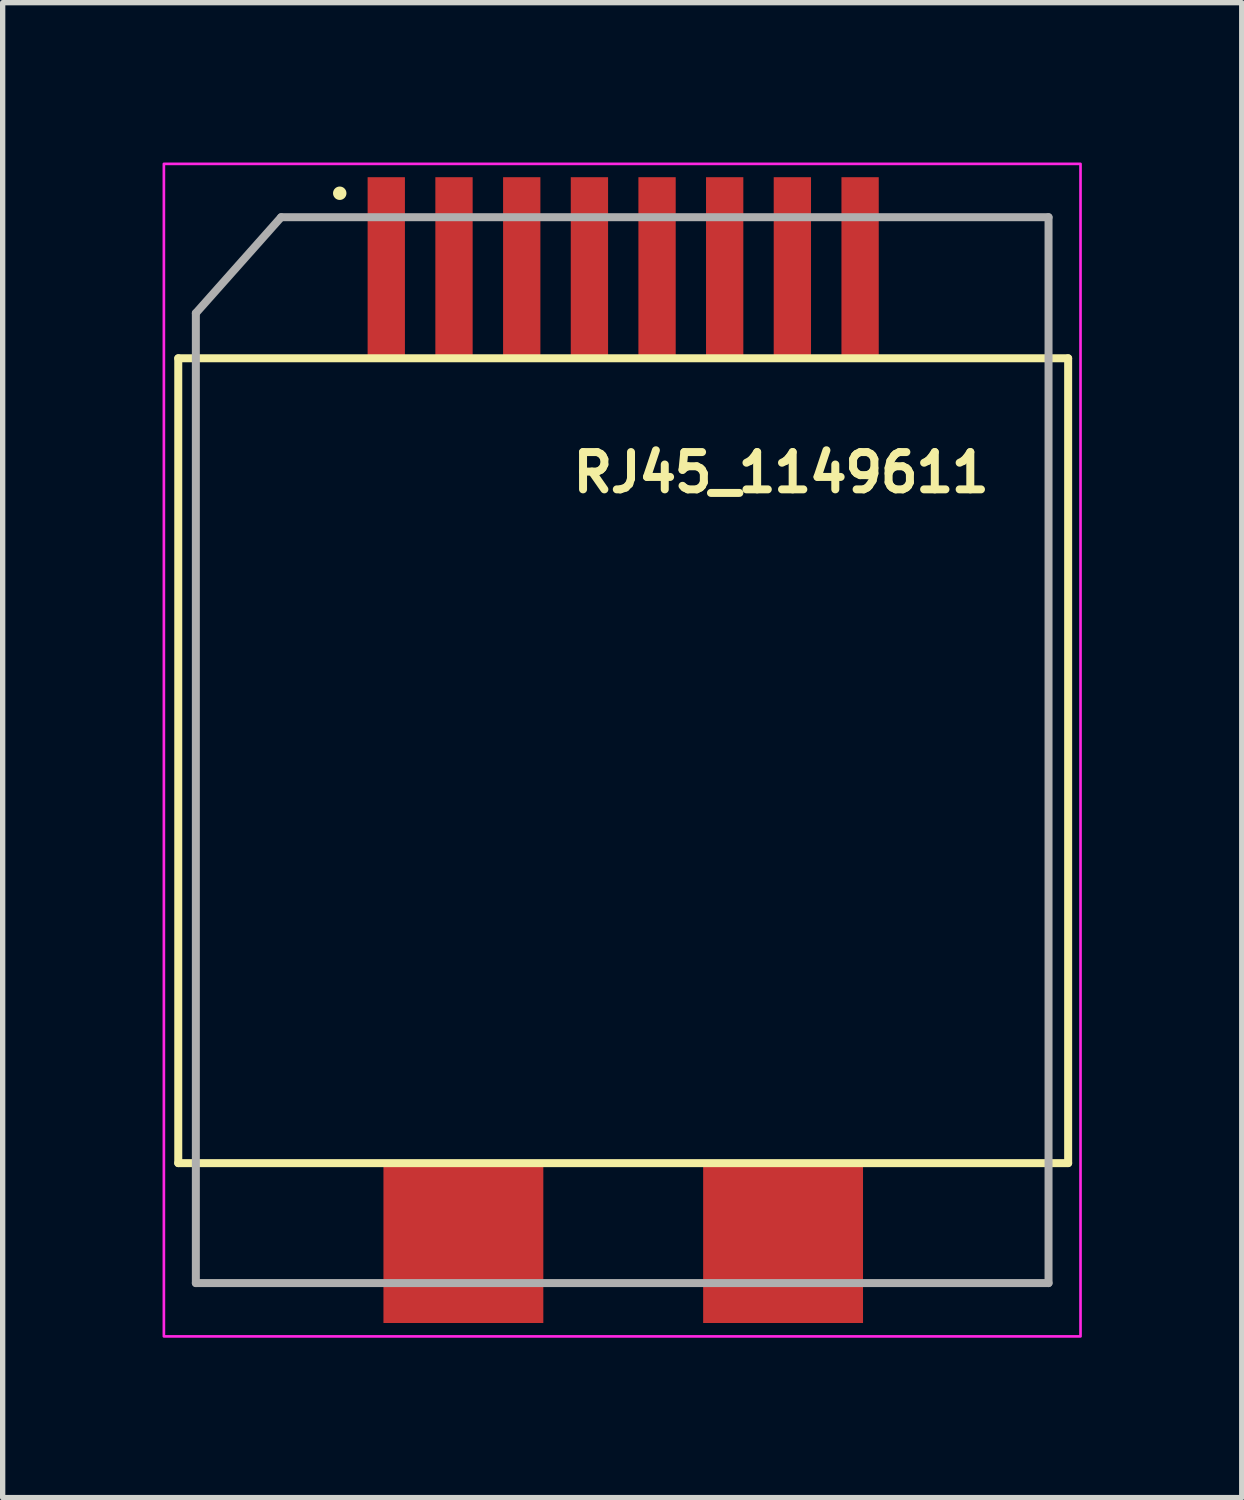
<source format=kicad_pcb>
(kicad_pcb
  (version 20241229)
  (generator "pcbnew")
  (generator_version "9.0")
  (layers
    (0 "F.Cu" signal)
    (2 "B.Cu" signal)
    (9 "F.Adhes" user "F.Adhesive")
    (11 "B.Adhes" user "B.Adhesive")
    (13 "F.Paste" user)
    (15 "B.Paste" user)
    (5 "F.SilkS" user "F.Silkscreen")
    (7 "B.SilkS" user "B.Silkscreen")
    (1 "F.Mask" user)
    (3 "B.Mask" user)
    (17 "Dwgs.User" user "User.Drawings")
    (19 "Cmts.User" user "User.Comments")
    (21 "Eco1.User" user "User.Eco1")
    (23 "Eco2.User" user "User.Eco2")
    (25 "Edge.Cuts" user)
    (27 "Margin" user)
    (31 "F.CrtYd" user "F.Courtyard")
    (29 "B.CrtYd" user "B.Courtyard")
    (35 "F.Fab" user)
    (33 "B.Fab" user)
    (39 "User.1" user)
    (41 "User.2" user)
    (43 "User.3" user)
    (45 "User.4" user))
  (footprint "RJ45_1149611"
    (layer "F.Cu")
    (at 8.625 11.026)
    (property "Reference" "RJ45_1149611" (at -1 -4.8 0) (unlocked yes) (layer "F.SilkS") (effects (font (size 0.7 0.7) (thickness 0.15)) (justify left bottom)))
    (attr smd)
    (fp_line (start -8.33 -7.353) (end -8.33 7.749) (stroke (width 0.15) (type solid)) (layer "F.SilkS"))
    (fp_line (start -8.33 -7.353) (end 8.368 -7.353) (stroke (width 0.15) (type solid)) (layer "F.SilkS"))
    (fp_line (start -8.33 7.749) (end 8.368 7.749) (stroke (width 0.15) (type solid)) (layer "F.SilkS"))
    (fp_line (start 8.368 -7.353) (end 8.368 7.749) (stroke (width 0.15) (type solid)) (layer "F.SilkS"))
    (fp_circle (center -5.3 -10.45) (end -5.249 -10.45) (stroke (width 0.15) (type solid)) (fill yes) (layer "F.SilkS"))
    (fp_rect (start -8.6 -11.001) (end 8.6 11) (stroke (width 0.05) (type solid)) (fill no) (layer "F.CrtYd"))
    (fp_line (start -8 -8.2) (end -8 10) (stroke (width 0.15) (type solid)) (layer "F.Fab"))
    (fp_line (start -8 10) (end 8 10) (stroke (width 0.15) (type solid)) (layer "F.Fab"))
    (fp_line (start -6.4 -10) (end -8 -8.2) (stroke (width 0.15) (type solid)) (layer "F.Fab"))
    (fp_line (start 8 -10) (end -6.4 -10) (stroke (width 0.15) (type solid)) (layer "F.Fab"))
    (fp_line (start 8 10) (end 8 -10) (stroke (width 0.15) (type solid)) (layer "F.Fab"))
    (fp_rect (start -8.051 -10.051) (end 8.05 10.05) (stroke (width 0.1) (type solid)) (fill no) (layer "User.5"))
    (fp_line (start -8.051 -6.752) (end -8.051 7.15) (stroke (width 0.02) (type solid)) (layer "User.9"))
    (fp_line (start -8.051 -6.752) (end -7.75 -6.752) (stroke (width 0.02) (type solid)) (layer "User.9"))
    (fp_line (start -8.051 7.15) (end -7.75 7.15) (stroke (width 0.02) (type solid)) (layer "User.9"))
    (fp_line (start -7.75 -7.052) (end -7.75 -6.752) (stroke (width 0.02) (type solid)) (layer "User.9"))
    (fp_line (start -7.75 7.448) (end -7.75 7.15) (stroke (width 0.02) (type solid)) (layer "User.9"))
    (fp_line (start -6.755 -1.486) (end -6.255 -1.486) (stroke (width 0.02) (type solid)) (layer "User.9"))
    (fp_line (start -6.755 -0.986) (end -6.755 -1.486) (stroke (width 0.02) (type solid)) (layer "User.9"))
    (fp_line (start -6.755 1.513) (end -6.755 1.013) (stroke (width 0.02) (type solid)) (layer "User.9"))
    (fp_line (start -6.255 -3.701) (end 6.254 -3.701) (stroke (width 0.02) (type solid)) (layer "User.9"))
    (fp_line (start -6.255 -1.486) (end -6.255 -3.701) (stroke (width 0.02) (type solid)) (layer "User.9"))
    (fp_line (start -6.255 1.513) (end -6.755 1.513) (stroke (width 0.02) (type solid)) (layer "User.9"))
    (fp_line (start -6.255 3.729) (end -6.255 1.513) (stroke (width 0.02) (type solid)) (layer "User.9"))
    (fp_line (start -5.955 -3.402) (end 5.953 -3.402) (stroke (width 0.02) (type solid)) (layer "User.9"))
    (fp_line (start -5.955 -0.986) (end -5.955 -3.402) (stroke (width 0.02) (type solid)) (layer "User.9"))
    (fp_line (start -5.955 3.429) (end -5.955 1.013) (stroke (width 0.02) (type solid)) (layer "User.9"))
    (fp_line (start -5.555 -0.986) (end -6.755 -0.986) (stroke (width 0.02) (type solid)) (layer "User.9"))
    (fp_line (start -5.555 -0.986) (end -5.217 -0.986) (stroke (width 0.02) (type solid)) (layer "User.9"))
    (fp_line (start -5.555 1.013) (end -6.755 1.013) (stroke (width 0.02) (type solid)) (layer "User.9"))
    (fp_line (start -5.555 1.013) (end -5.217 1.013) (stroke (width 0.02) (type solid)) (layer "User.9"))
    (fp_line (start -5.217 -0.986) (end -5.217 -0.986) (stroke (width 0.02) (type solid)) (layer "User.9"))
    (fp_line (start -5.217 -0.986) (end -5.055 -0.986) (stroke (width 0.02) (type solid)) (layer "User.9"))
    (fp_line (start -5.217 1.013) (end -5.217 1.013) (stroke (width 0.02) (type solid)) (layer "User.9"))
    (fp_line (start -5.217 1.013) (end -5.055 1.013) (stroke (width 0.02) (type solid)) (layer "User.9"))
    (fp_line (start -5.055 -0.986) (end -4.816 -0.986) (stroke (width 0.02) (type solid)) (layer "User.9"))
    (fp_line (start -5.055 1.013) (end -4.816 1.013) (stroke (width 0.02) (type solid)) (layer "User.9"))
    (fp_line (start -4.816 -0.986) (end -4.803 -0.986) (stroke (width 0.02) (type solid)) (layer "User.9"))
    (fp_line (start -4.816 1.013) (end -4.803 1.013) (stroke (width 0.02) (type solid)) (layer "User.9"))
    (fp_line (start -4.803 1.013) (end -4.803 -0.986) (stroke (width 0.02) (type solid)) (layer "User.9"))
    (fp_line (start -4.675 -7.052) (end -4.675 -10.051) (stroke (width 0.02) (type solid)) (layer "User.9"))
    (fp_line (start -4.215 -10.051) (end -4.675 -10.051) (stroke (width 0.02) (type solid)) (layer "User.9"))
    (fp_line (start -4.215 -10.051) (end -4.215 -7.052) (stroke (width 0.02) (type solid)) (layer "User.9"))
    (fp_line (start -4 9.65) (end -4 7.448) (stroke (width 0.02) (type solid)) (layer "User.9"))
    (fp_line (start -4 9.65) (end -4 9.669) (stroke (width 0.02) (type solid)) (layer "User.9"))
    (fp_line (start -4 9.669) (end -3.999 9.689) (stroke (width 0.02) (type solid)) (layer "User.9"))
    (fp_line (start -3.999 9.689) (end -3.996 9.71) (stroke (width 0.02) (type solid)) (layer "User.9"))
    (fp_line (start -3.996 9.71) (end -3.992 9.73) (stroke (width 0.02) (type solid)) (layer "User.9"))
    (fp_line (start -3.992 9.73) (end -3.988 9.749) (stroke (width 0.02) (type solid)) (layer "User.9"))
    (fp_line (start -3.988 9.749) (end -3.984 9.768) (stroke (width 0.02) (type solid)) (layer "User.9"))
    (fp_line (start -3.984 9.768) (end -3.976 9.787) (stroke (width 0.02) (type solid)) (layer "User.9"))
    (fp_line (start -3.976 9.787) (end -3.969 9.804) (stroke (width 0.02) (type solid)) (layer "User.9"))
    (fp_line (start -3.969 9.804) (end -3.962 9.823) (stroke (width 0.02) (type solid)) (layer "User.9"))
    (fp_line (start -3.962 9.823) (end -3.952 9.839) (stroke (width 0.02) (type solid)) (layer "User.9"))
    (fp_line (start -3.952 9.839) (end -3.943 9.856) (stroke (width 0.02) (type solid)) (layer "User.9"))
    (fp_line (start -3.943 9.856) (end -3.932 9.872) (stroke (width 0.02) (type solid)) (layer "User.9"))
    (fp_line (start -3.932 9.872) (end -3.922 9.888) (stroke (width 0.02) (type solid)) (layer "User.9"))
    (fp_line (start -3.922 9.888) (end -3.91 9.903) (stroke (width 0.02) (type solid)) (layer "User.9"))
    (fp_line (start -3.91 9.903) (end -3.898 9.918) (stroke (width 0.02) (type solid)) (layer "User.9"))
    (fp_line (start -3.898 9.918) (end -3.883 9.932) (stroke (width 0.02) (type solid)) (layer "User.9"))
    (fp_line (start -3.883 9.932) (end -3.87 9.945) (stroke (width 0.02) (type solid)) (layer "User.9"))
    (fp_line (start -3.87 9.945) (end -3.855 9.957) (stroke (width 0.02) (type solid)) (layer "User.9"))
    (fp_line (start -3.855 9.957) (end -3.84 9.97) (stroke (width 0.02) (type solid)) (layer "User.9"))
    (fp_line (start -3.84 9.97) (end -3.825 9.98) (stroke (width 0.02) (type solid)) (layer "User.9"))
    (fp_line (start -3.825 9.98) (end -3.809 9.992) (stroke (width 0.02) (type solid)) (layer "User.9"))
    (fp_line (start -3.809 9.992) (end -3.791 10) (stroke (width 0.02) (type solid)) (layer "User.9"))
    (fp_line (start -3.801 -3.329) (end -3.801 -3.402) (stroke (width 0.02) (type solid)) (layer "User.9"))
    (fp_line (start -3.801 -1.178) (end -3.801 -3.329) (stroke (width 0.02) (type solid)) (layer "User.9"))
    (fp_line (start -3.791 10) (end -3.774 10.009) (stroke (width 0.02) (type solid)) (layer "User.9"))
    (fp_line (start -3.774 10.009) (end -3.757 10.018) (stroke (width 0.02) (type solid)) (layer "User.9"))
    (fp_line (start -3.757 10.018) (end -3.738 10.025) (stroke (width 0.02) (type solid)) (layer "User.9"))
    (fp_line (start -3.738 10.025) (end -3.719 10.031) (stroke (width 0.02) (type solid)) (layer "User.9"))
    (fp_line (start -3.719 10.031) (end -3.701 10.037) (stroke (width 0.02) (type solid)) (layer "User.9"))
    (fp_line (start -3.701 10.037) (end -3.681 10.041) (stroke (width 0.02) (type solid)) (layer "User.9"))
    (fp_line (start -3.681 10.041) (end -3.661 10.044) (stroke (width 0.02) (type solid)) (layer "User.9"))
    (fp_line (start -3.661 10.044) (end -3.641 10.047) (stroke (width 0.02) (type solid)) (layer "User.9"))
    (fp_line (start -3.641 10.047) (end -3.621 10.048) (stroke (width 0.02) (type solid)) (layer "User.9"))
    (fp_line (start -3.621 10.048) (end -3.601 10.05) (stroke (width 0.02) (type solid)) (layer "User.9"))
    (fp_line (start -3.451 3.729) (end -6.255 3.729) (stroke (width 0.02) (type solid)) (layer "User.9"))
    (fp_line (start -3.451 5.419) (end -3.451 3.729) (stroke (width 0.02) (type solid)) (layer "User.9"))
    (fp_line (start -3.406 -7.052) (end -3.406 -10.051) (stroke (width 0.02) (type solid)) (layer "User.9"))
    (fp_line (start -3.34 -3.329) (end -3.34 -3.402) (stroke (width 0.02) (type solid)) (layer "User.9"))
    (fp_line (start -3.34 -1.178) (end -3.801 -1.178) (stroke (width 0.02) (type solid)) (layer "User.9"))
    (fp_line (start -3.34 -1.178) (end -3.34 -3.329) (stroke (width 0.02) (type solid)) (layer "User.9"))
    (fp_line (start -3.15 0.199) (end 3.149 0.199) (stroke (width 0.02) (type solid)) (layer "User.9"))
    (fp_line (start -3.15 2.128) (end -5.955 2.128) (stroke (width 0.02) (type solid)) (layer "User.9"))
    (fp_line (start -3.15 2.128) (end -3.15 0.199) (stroke (width 0.02) (type solid)) (layer "User.9"))
    (fp_line (start -3.15 3.429) (end -5.955 3.429) (stroke (width 0.02) (type solid)) (layer "User.9"))
    (fp_line (start -3.15 3.429) (end -3.15 2.128) (stroke (width 0.02) (type solid)) (layer "User.9"))
    (fp_line (start -3.15 5.068) (end 3.149 5.068) (stroke (width 0.02) (type solid)) (layer "User.9"))
    (fp_line (start -3.15 5.118) (end -3.15 3.429) (stroke (width 0.02) (type solid)) (layer "User.9"))
    (fp_line (start -2.945 -10.051) (end -3.406 -10.051) (stroke (width 0.02) (type solid)) (layer "User.9"))
    (fp_line (start -2.945 -10.051) (end -2.945 -7.052) (stroke (width 0.02) (type solid)) (layer "User.9"))
    (fp_line (start -2.801 8.229) (end -2.798 8.208) (stroke (width 0.02) (type solid)) (layer "User.9"))
    (fp_line (start -2.801 8.249) (end -2.801 8.229) (stroke (width 0.02) (type solid)) (layer "User.9"))
    (fp_line (start -2.801 8.249) (end -2.801 8.948) (stroke (width 0.02) (type solid)) (layer "User.9"))
    (fp_line (start -2.801 8.97) (end -2.801 8.948) (stroke (width 0.02) (type solid)) (layer "User.9"))
    (fp_line (start -2.798 8.208) (end -2.797 8.188) (stroke (width 0.02) (type solid)) (layer "User.9"))
    (fp_line (start -2.798 8.99) (end -2.801 8.97) (stroke (width 0.02) (type solid)) (layer "User.9"))
    (fp_line (start -2.797 8.188) (end -2.793 8.169) (stroke (width 0.02) (type solid)) (layer "User.9"))
    (fp_line (start -2.797 9.009) (end -2.798 8.99) (stroke (width 0.02) (type solid)) (layer "User.9"))
    (fp_line (start -2.793 8.169) (end -2.789 8.15) (stroke (width 0.02) (type solid)) (layer "User.9"))
    (fp_line (start -2.793 9.029) (end -2.797 9.009) (stroke (width 0.02) (type solid)) (layer "User.9"))
    (fp_line (start -2.789 8.15) (end -2.782 8.131) (stroke (width 0.02) (type solid)) (layer "User.9"))
    (fp_line (start -2.789 9.048) (end -2.793 9.029) (stroke (width 0.02) (type solid)) (layer "User.9"))
    (fp_line (start -2.782 8.131) (end -2.777 8.111) (stroke (width 0.02) (type solid)) (layer "User.9"))
    (fp_line (start -2.782 9.067) (end -2.789 9.048) (stroke (width 0.02) (type solid)) (layer "User.9"))
    (fp_line (start -2.781 -3.329) (end -2.781 -3.402) (stroke (width 0.02) (type solid)) (layer "User.9"))
    (fp_line (start -2.781 -1.178) (end -2.781 -3.329) (stroke (width 0.02) (type solid)) (layer "User.9"))
    (fp_line (start -2.777 8.111) (end -2.77 8.093) (stroke (width 0.02) (type solid)) (layer "User.9"))
    (fp_line (start -2.777 9.086) (end -2.782 9.067) (stroke (width 0.02) (type solid)) (layer "User.9"))
    (fp_line (start -2.77 8.093) (end -2.762 8.076) (stroke (width 0.02) (type solid)) (layer "User.9"))
    (fp_line (start -2.77 9.105) (end -2.777 9.086) (stroke (width 0.02) (type solid)) (layer "User.9"))
    (fp_line (start -2.762 8.076) (end -2.753 8.059) (stroke (width 0.02) (type solid)) (layer "User.9"))
    (fp_line (start -2.762 9.122) (end -2.77 9.105) (stroke (width 0.02) (type solid)) (layer "User.9"))
    (fp_line (start -2.753 8.059) (end -2.743 8.041) (stroke (width 0.02) (type solid)) (layer "User.9"))
    (fp_line (start -2.753 9.14) (end -2.762 9.122) (stroke (width 0.02) (type solid)) (layer "User.9"))
    (fp_line (start -2.743 8.041) (end -2.733 8.025) (stroke (width 0.02) (type solid)) (layer "User.9"))
    (fp_line (start -2.743 9.156) (end -2.753 9.14) (stroke (width 0.02) (type solid)) (layer "User.9"))
    (fp_line (start -2.733 8.025) (end -2.722 8.009) (stroke (width 0.02) (type solid)) (layer "User.9"))
    (fp_line (start -2.733 9.172) (end -2.743 9.156) (stroke (width 0.02) (type solid)) (layer "User.9"))
    (fp_line (start -2.722 8.009) (end -2.71 7.994) (stroke (width 0.02) (type solid)) (layer "User.9"))
    (fp_line (start -2.722 9.188) (end -2.733 9.172) (stroke (width 0.02) (type solid)) (layer "User.9"))
    (fp_line (start -2.71 7.994) (end -2.698 7.98) (stroke (width 0.02) (type solid)) (layer "User.9"))
    (fp_line (start -2.71 9.204) (end -2.722 9.188) (stroke (width 0.02) (type solid)) (layer "User.9"))
    (fp_line (start -2.698 7.98) (end -2.684 7.967) (stroke (width 0.02) (type solid)) (layer "User.9"))
    (fp_line (start -2.698 9.217) (end -2.71 9.204) (stroke (width 0.02) (type solid)) (layer "User.9"))
    (fp_line (start -2.684 7.967) (end -2.669 7.953) (stroke (width 0.02) (type solid)) (layer "User.9"))
    (fp_line (start -2.684 9.231) (end -2.698 9.217) (stroke (width 0.02) (type solid)) (layer "User.9"))
    (fp_line (start -2.669 7.953) (end -2.656 7.94) (stroke (width 0.02) (type solid)) (layer "User.9"))
    (fp_line (start -2.669 9.245) (end -2.684 9.231) (stroke (width 0.02) (type solid)) (layer "User.9"))
    (fp_line (start -2.656 7.94) (end -2.641 7.929) (stroke (width 0.02) (type solid)) (layer "User.9"))
    (fp_line (start -2.656 9.258) (end -2.669 9.245) (stroke (width 0.02) (type solid)) (layer "User.9"))
    (fp_line (start -2.641 7.929) (end -2.625 7.917) (stroke (width 0.02) (type solid)) (layer "User.9"))
    (fp_line (start -2.641 9.269) (end -2.656 9.258) (stroke (width 0.02) (type solid)) (layer "User.9"))
    (fp_line (start -2.625 7.917) (end -2.609 7.908) (stroke (width 0.02) (type solid)) (layer "User.9"))
    (fp_line (start -2.625 9.281) (end -2.641 9.269) (stroke (width 0.02) (type solid)) (layer "User.9"))
    (fp_line (start -2.609 7.908) (end -2.592 7.898) (stroke (width 0.02) (type solid)) (layer "User.9"))
    (fp_line (start -2.609 9.291) (end -2.625 9.281) (stroke (width 0.02) (type solid)) (layer "User.9"))
    (fp_line (start -2.592 7.898) (end -2.574 7.889) (stroke (width 0.02) (type solid)) (layer "User.9"))
    (fp_line (start -2.592 9.3) (end -2.609 9.291) (stroke (width 0.02) (type solid)) (layer "User.9"))
    (fp_line (start -2.574 7.889) (end -2.556 7.881) (stroke (width 0.02) (type solid)) (layer "User.9"))
    (fp_line (start -2.574 9.31) (end -2.592 9.3) (stroke (width 0.02) (type solid)) (layer "User.9"))
    (fp_line (start -2.556 7.881) (end -2.539 7.874) (stroke (width 0.02) (type solid)) (layer "User.9"))
    (fp_line (start -2.556 9.317) (end -2.574 9.31) (stroke (width 0.02) (type solid)) (layer "User.9"))
    (fp_line (start -2.539 7.874) (end -2.52 7.868) (stroke (width 0.02) (type solid)) (layer "User.9"))
    (fp_line (start -2.539 9.325) (end -2.556 9.317) (stroke (width 0.02) (type solid)) (layer "User.9"))
    (fp_line (start -2.52 7.868) (end -2.5 7.861) (stroke (width 0.02) (type solid)) (layer "User.9"))
    (fp_line (start -2.52 9.33) (end -2.539 9.325) (stroke (width 0.02) (type solid)) (layer "User.9"))
    (fp_line (start -2.5 7.861) (end -2.481 7.858) (stroke (width 0.02) (type solid)) (layer "User.9"))
    (fp_line (start -2.5 9.336) (end -2.52 9.33) (stroke (width 0.02) (type solid)) (layer "User.9"))
    (fp_line (start -2.481 7.858) (end -2.461 7.853) (stroke (width 0.02) (type solid)) (layer "User.9"))
    (fp_line (start -2.481 9.341) (end -2.5 9.336) (stroke (width 0.02) (type solid)) (layer "User.9"))
    (fp_line (start -2.461 7.853) (end -2.441 7.852) (stroke (width 0.02) (type solid)) (layer "User.9"))
    (fp_line (start -2.461 9.345) (end -2.481 9.341) (stroke (width 0.02) (type solid)) (layer "User.9"))
    (fp_line (start -2.441 7.852) (end -2.422 7.85) (stroke (width 0.02) (type solid)) (layer "User.9"))
    (fp_line (start -2.441 9.346) (end -2.461 9.345) (stroke (width 0.02) (type solid)) (layer "User.9"))
    (fp_line (start -2.422 7.85) (end -2.4 7.85) (stroke (width 0.02) (type solid)) (layer "User.9"))
    (fp_line (start -2.422 9.349) (end -2.441 9.346) (stroke (width 0.02) (type solid)) (layer "User.9"))
    (fp_line (start -2.4 7.85) (end -2.4 7.85) (stroke (width 0.02) (type solid)) (layer "User.9"))
    (fp_line (start -2.4 7.85) (end -2.38 7.85) (stroke (width 0.02) (type solid)) (layer "User.9"))
    (fp_line (start -2.4 9.349) (end -2.422 9.349) (stroke (width 0.02) (type solid)) (layer "User.9"))
    (fp_line (start -2.4 9.349) (end -2.4 9.349) (stroke (width 0.02) (type solid)) (layer "User.9"))
    (fp_line (start -2.38 7.85) (end -2.36 7.852) (stroke (width 0.02) (type solid)) (layer "User.9"))
    (fp_line (start -2.38 9.349) (end -2.4 9.349) (stroke (width 0.02) (type solid)) (layer "User.9"))
    (fp_line (start -2.36 7.852) (end -2.34 7.853) (stroke (width 0.02) (type solid)) (layer "User.9"))
    (fp_line (start -2.36 9.346) (end -2.38 9.349) (stroke (width 0.02) (type solid)) (layer "User.9"))
    (fp_line (start -2.34 7.853) (end -2.32 7.858) (stroke (width 0.02) (type solid)) (layer "User.9"))
    (fp_line (start -2.34 9.345) (end -2.36 9.346) (stroke (width 0.02) (type solid)) (layer "User.9"))
    (fp_line (start -2.331 5.419) (end -3.451 5.419) (stroke (width 0.02) (type solid)) (layer "User.9"))
    (fp_line (start -2.331 7.198) (end 2.33 7.198) (stroke (width 0.02) (type solid)) (layer "User.9"))
    (fp_line (start -2.331 7.448) (end -7.75 7.448) (stroke (width 0.02) (type solid)) (layer "User.9"))
    (fp_line (start -2.331 7.448) (end -2.331 5.419) (stroke (width 0.02) (type solid)) (layer "User.9"))
    (fp_line (start -2.331 7.448) (end 2.33 7.448) (stroke (width 0.02) (type solid)) (layer "User.9"))
    (fp_line (start -2.32 -3.329) (end -2.32 -3.402) (stroke (width 0.02) (type solid)) (layer "User.9"))
    (fp_line (start -2.32 -1.178) (end -2.781 -1.178) (stroke (width 0.02) (type solid)) (layer "User.9"))
    (fp_line (start -2.32 -1.178) (end -2.32 -3.329) (stroke (width 0.02) (type solid)) (layer "User.9"))
    (fp_line (start -2.32 7.858) (end -2.302 7.861) (stroke (width 0.02) (type solid)) (layer "User.9"))
    (fp_line (start -2.32 9.341) (end -2.34 9.345) (stroke (width 0.02) (type solid)) (layer "User.9"))
    (fp_line (start -2.302 7.861) (end -2.282 7.868) (stroke (width 0.02) (type solid)) (layer "User.9"))
    (fp_line (start -2.302 9.336) (end -2.32 9.341) (stroke (width 0.02) (type solid)) (layer "User.9"))
    (fp_line (start -2.282 7.868) (end -2.263 7.874) (stroke (width 0.02) (type solid)) (layer "User.9"))
    (fp_line (start -2.282 9.33) (end -2.302 9.336) (stroke (width 0.02) (type solid)) (layer "User.9"))
    (fp_line (start -2.263 7.874) (end -2.246 7.881) (stroke (width 0.02) (type solid)) (layer "User.9"))
    (fp_line (start -2.263 9.325) (end -2.282 9.33) (stroke (width 0.02) (type solid)) (layer "User.9"))
    (fp_line (start -2.246 7.881) (end -2.227 7.889) (stroke (width 0.02) (type solid)) (layer "User.9"))
    (fp_line (start -2.246 9.317) (end -2.263 9.325) (stroke (width 0.02) (type solid)) (layer "User.9"))
    (fp_line (start -2.227 7.889) (end -2.21 7.898) (stroke (width 0.02) (type solid)) (layer "User.9"))
    (fp_line (start -2.227 9.31) (end -2.246 9.317) (stroke (width 0.02) (type solid)) (layer "User.9"))
    (fp_line (start -2.21 7.898) (end -2.194 7.908) (stroke (width 0.02) (type solid)) (layer "User.9"))
    (fp_line (start -2.21 9.3) (end -2.227 9.31) (stroke (width 0.02) (type solid)) (layer "User.9"))
    (fp_line (start -2.194 7.908) (end -2.178 7.917) (stroke (width 0.02) (type solid)) (layer "User.9"))
    (fp_line (start -2.194 9.291) (end -2.21 9.3) (stroke (width 0.02) (type solid)) (layer "User.9"))
    (fp_line (start -2.178 7.917) (end -2.161 7.929) (stroke (width 0.02) (type solid)) (layer "User.9"))
    (fp_line (start -2.178 9.281) (end -2.194 9.291) (stroke (width 0.02) (type solid)) (layer "User.9"))
    (fp_line (start -2.161 7.929) (end -2.146 7.94) (stroke (width 0.02) (type solid)) (layer "User.9"))
    (fp_line (start -2.161 9.269) (end -2.178 9.281) (stroke (width 0.02) (type solid)) (layer "User.9"))
    (fp_line (start -2.146 7.94) (end -2.133 7.953) (stroke (width 0.02) (type solid)) (layer "User.9"))
    (fp_line (start -2.146 9.258) (end -2.161 9.269) (stroke (width 0.02) (type solid)) (layer "User.9"))
    (fp_line (start -2.136 -7.052) (end -2.136 -10.051) (stroke (width 0.02) (type solid)) (layer "User.9"))
    (fp_line (start -2.133 7.953) (end -2.118 7.967) (stroke (width 0.02) (type solid)) (layer "User.9"))
    (fp_line (start -2.133 9.245) (end -2.146 9.258) (stroke (width 0.02) (type solid)) (layer "User.9"))
    (fp_line (start -2.118 7.967) (end -2.105 7.98) (stroke (width 0.02) (type solid)) (layer "User.9"))
    (fp_line (start -2.118 9.231) (end -2.133 9.245) (stroke (width 0.02) (type solid)) (layer "User.9"))
    (fp_line (start -2.105 7.98) (end -2.093 7.994) (stroke (width 0.02) (type solid)) (layer "User.9"))
    (fp_line (start -2.105 9.217) (end -2.118 9.231) (stroke (width 0.02) (type solid)) (layer "User.9"))
    (fp_line (start -2.093 7.994) (end -2.081 8.009) (stroke (width 0.02) (type solid)) (layer "User.9"))
    (fp_line (start -2.093 9.204) (end -2.105 9.217) (stroke (width 0.02) (type solid)) (layer "User.9"))
    (fp_line (start -2.081 8.009) (end -2.069 8.025) (stroke (width 0.02) (type solid)) (layer "User.9"))
    (fp_line (start -2.081 9.188) (end -2.093 9.204) (stroke (width 0.02) (type solid)) (layer "User.9"))
    (fp_line (start -2.069 8.025) (end -2.058 8.041) (stroke (width 0.02) (type solid)) (layer "User.9"))
    (fp_line (start -2.069 9.172) (end -2.081 9.188) (stroke (width 0.02) (type solid)) (layer "User.9"))
    (fp_line (start -2.058 8.041) (end -2.049 8.059) (stroke (width 0.02) (type solid)) (layer "User.9"))
    (fp_line (start -2.058 9.156) (end -2.069 9.172) (stroke (width 0.02) (type solid)) (layer "User.9"))
    (fp_line (start -2.049 8.059) (end -2.04 8.076) (stroke (width 0.02) (type solid)) (layer "User.9"))
    (fp_line (start -2.049 9.14) (end -2.058 9.156) (stroke (width 0.02) (type solid)) (layer "User.9"))
    (fp_line (start -2.04 8.076) (end -2.032 8.093) (stroke (width 0.02) (type solid)) (layer "User.9"))
    (fp_line (start -2.04 9.122) (end -2.049 9.14) (stroke (width 0.02) (type solid)) (layer "User.9"))
    (fp_line (start -2.032 8.093) (end -2.025 8.111) (stroke (width 0.02) (type solid)) (layer "User.9"))
    (fp_line (start -2.032 9.105) (end -2.04 9.122) (stroke (width 0.02) (type solid)) (layer "User.9"))
    (fp_line (start -2.031 5.118) (end -3.15 5.118) (stroke (width 0.02) (type solid)) (layer "User.9"))
    (fp_line (start -2.031 7.007) (end -2.031 5.118) (stroke (width 0.02) (type solid)) (layer "User.9"))
    (fp_line (start -2.031 7.007) (end 2.03 7.007) (stroke (width 0.02) (type solid)) (layer "User.9"))
    (fp_line (start -2.025 8.111) (end -2.02 8.131) (stroke (width 0.02) (type solid)) (layer "User.9"))
    (fp_line (start -2.025 9.086) (end -2.032 9.105) (stroke (width 0.02) (type solid)) (layer "User.9"))
    (fp_line (start -2.02 8.131) (end -2.013 8.15) (stroke (width 0.02) (type solid)) (layer "User.9"))
    (fp_line (start -2.02 9.067) (end -2.025 9.086) (stroke (width 0.02) (type solid)) (layer "User.9"))
    (fp_line (start -2.013 8.15) (end -2.009 8.169) (stroke (width 0.02) (type solid)) (layer "User.9"))
    (fp_line (start -2.013 9.048) (end -2.02 9.067) (stroke (width 0.02) (type solid)) (layer "User.9"))
    (fp_line (start -2.009 8.169) (end -2.005 8.188) (stroke (width 0.02) (type solid)) (layer "User.9"))
    (fp_line (start -2.009 9.029) (end -2.013 9.048) (stroke (width 0.02) (type solid)) (layer "User.9"))
    (fp_line (start -2.005 8.188) (end -2.004 8.208) (stroke (width 0.02) (type solid)) (layer "User.9"))
    (fp_line (start -2.005 9.009) (end -2.009 9.029) (stroke (width 0.02) (type solid)) (layer "User.9"))
    (fp_line (start -2.004 8.208) (end -2.001 8.229) (stroke (width 0.02) (type solid)) (layer "User.9"))
    (fp_line (start -2.004 8.99) (end -2.005 9.009) (stroke (width 0.02) (type solid)) (layer "User.9"))
    (fp_line (start -2.001 8.229) (end -2 8.249) (stroke (width 0.02) (type solid)) (layer "User.9"))
    (fp_line (start -2.001 8.97) (end -2.004 8.99) (stroke (width 0.02) (type solid)) (layer "User.9"))
    (fp_line (start -2 8.948) (end -2.001 8.97) (stroke (width 0.02) (type solid)) (layer "User.9"))
    (fp_line (start -2 8.948) (end -2 8.249) (stroke (width 0.02) (type solid)) (layer "User.9"))
    (fp_line (start -1.76 -3.329) (end -1.76 -3.402) (stroke (width 0.02) (type solid)) (layer "User.9"))
    (fp_line (start -1.76 -1.178) (end -1.76 -3.329) (stroke (width 0.02) (type solid)) (layer "User.9"))
    (fp_line (start -1.676 -10.051) (end -2.136 -10.051) (stroke (width 0.02) (type solid)) (layer "User.9"))
    (fp_line (start -1.676 -10.051) (end -1.676 -7.052) (stroke (width 0.02) (type solid)) (layer "User.9"))
    (fp_line (start -1.301 -3.329) (end -1.301 -3.402) (stroke (width 0.02) (type solid)) (layer "User.9"))
    (fp_line (start -1.301 -1.178) (end -1.76 -1.178) (stroke (width 0.02) (type solid)) (layer "User.9"))
    (fp_line (start -1.301 -1.178) (end -1.301 -3.329) (stroke (width 0.02) (type solid)) (layer "User.9"))
    (fp_line (start -1.25 7.448) (end -1.25 9.188) (stroke (width 0.02) (type solid)) (layer "User.9"))
    (fp_line (start -1.25 9.188) (end -1.25 9.24) (stroke (width 0.02) (type solid)) (layer "User.9"))
    (fp_line (start -1.25 9.24) (end -1.25 9.829) (stroke (width 0.02) (type solid)) (layer "User.9"))
    (fp_line (start -1.25 9.829) (end -1.25 9.951) (stroke (width 0.02) (type solid)) (layer "User.9"))
    (fp_line (start -0.865 -7.052) (end -0.865 -10.051) (stroke (width 0.02) (type solid)) (layer "User.9"))
    (fp_line (start -0.74 -3.329) (end -0.74 -3.402) (stroke (width 0.02) (type solid)) (layer "User.9"))
    (fp_line (start -0.74 -1.178) (end -0.74 -3.329) (stroke (width 0.02) (type solid)) (layer "User.9"))
    (fp_line (start -0.406 -10.051) (end -0.865 -10.051) (stroke (width 0.02) (type solid)) (layer "User.9"))
    (fp_line (start -0.406 -10.051) (end -0.406 -7.052) (stroke (width 0.02) (type solid)) (layer "User.9"))
    (fp_line (start -0.281 -3.329) (end -0.281 -3.402) (stroke (width 0.02) (type solid)) (layer "User.9"))
    (fp_line (start -0.281 -1.178) (end -0.74 -1.178) (stroke (width 0.02) (type solid)) (layer "User.9"))
    (fp_line (start -0.281 -1.178) (end -0.281 -3.329) (stroke (width 0.02) (type solid)) (layer "User.9"))
    (fp_line (start 0.28 -3.329) (end 0.28 -3.402) (stroke (width 0.02) (type solid)) (layer "User.9"))
    (fp_line (start 0.28 -1.178) (end 0.28 -3.329) (stroke (width 0.02) (type solid)) (layer "User.9"))
    (fp_line (start 0.405 -7.052) (end 0.405 -10.051) (stroke (width 0.02) (type solid)) (layer "User.9"))
    (fp_line (start 0.739 -3.329) (end 0.739 -3.402) (stroke (width 0.02) (type solid)) (layer "User.9"))
    (fp_line (start 0.739 -1.178) (end 0.28 -1.178) (stroke (width 0.02) (type solid)) (layer "User.9"))
    (fp_line (start 0.739 -1.178) (end 0.739 -3.329) (stroke (width 0.02) (type solid)) (layer "User.9"))
    (fp_line (start 0.864 -10.051) (end 0.405 -10.051) (stroke (width 0.02) (type solid)) (layer "User.9"))
    (fp_line (start 0.864 -10.051) (end 0.864 -7.052) (stroke (width 0.02) (type solid)) (layer "User.9"))
    (fp_line (start 1.249 7.448) (end 1.249 9.188) (stroke (width 0.02) (type solid)) (layer "User.9"))
    (fp_line (start 1.249 9.188) (end 1.249 9.24) (stroke (width 0.02) (type solid)) (layer "User.9"))
    (fp_line (start 1.249 9.24) (end 1.249 9.829) (stroke (width 0.02) (type solid)) (layer "User.9"))
    (fp_line (start 1.249 9.829) (end -1.25 9.829) (stroke (width 0.02) (type solid)) (layer "User.9"))
    (fp_line (start 1.249 9.829) (end 1.249 9.951) (stroke (width 0.02) (type solid)) (layer "User.9"))
    (fp_line (start 1.249 9.951) (end -1.25 9.951) (stroke (width 0.02) (type solid)) (layer "User.9"))
    (fp_line (start 1.3 -3.329) (end 1.3 -3.402) (stroke (width 0.02) (type solid)) (layer "User.9"))
    (fp_line (start 1.3 -1.178) (end 1.3 -3.329) (stroke (width 0.02) (type solid)) (layer "User.9"))
    (fp_line (start 1.675 -7.052) (end 1.675 -10.051) (stroke (width 0.02) (type solid)) (layer "User.9"))
    (fp_line (start 1.759 -3.329) (end 1.759 -3.402) (stroke (width 0.02) (type solid)) (layer "User.9"))
    (fp_line (start 1.759 -1.178) (end 1.3 -1.178) (stroke (width 0.02) (type solid)) (layer "User.9"))
    (fp_line (start 1.759 -1.178) (end 1.759 -3.329) (stroke (width 0.02) (type solid)) (layer "User.9"))
    (fp_line (start 1.999 8.229) (end 2.002 8.208) (stroke (width 0.02) (type solid)) (layer "User.9"))
    (fp_line (start 1.999 8.249) (end 1.999 8.229) (stroke (width 0.02) (type solid)) (layer "User.9"))
    (fp_line (start 1.999 8.249) (end 1.999 8.948) (stroke (width 0.02) (type solid)) (layer "User.9"))
    (fp_line (start 1.999 8.97) (end 1.999 8.948) (stroke (width 0.02) (type solid)) (layer "User.9"))
    (fp_line (start 2.002 8.208) (end 2.003 8.188) (stroke (width 0.02) (type solid)) (layer "User.9"))
    (fp_line (start 2.002 8.99) (end 1.999 8.97) (stroke (width 0.02) (type solid)) (layer "User.9"))
    (fp_line (start 2.003 8.188) (end 2.007 8.169) (stroke (width 0.02) (type solid)) (layer "User.9"))
    (fp_line (start 2.003 9.009) (end 2.002 8.99) (stroke (width 0.02) (type solid)) (layer "User.9"))
    (fp_line (start 2.007 8.169) (end 2.011 8.15) (stroke (width 0.02) (type solid)) (layer "User.9"))
    (fp_line (start 2.007 9.029) (end 2.003 9.009) (stroke (width 0.02) (type solid)) (layer "User.9"))
    (fp_line (start 2.011 8.15) (end 2.018 8.131) (stroke (width 0.02) (type solid)) (layer "User.9"))
    (fp_line (start 2.011 9.048) (end 2.007 9.029) (stroke (width 0.02) (type solid)) (layer "User.9"))
    (fp_line (start 2.018 8.131) (end 2.023 8.111) (stroke (width 0.02) (type solid)) (layer "User.9"))
    (fp_line (start 2.018 9.067) (end 2.011 9.048) (stroke (width 0.02) (type solid)) (layer "User.9"))
    (fp_line (start 2.023 8.111) (end 2.031 8.093) (stroke (width 0.02) (type solid)) (layer "User.9"))
    (fp_line (start 2.023 9.086) (end 2.018 9.067) (stroke (width 0.02) (type solid)) (layer "User.9"))
    (fp_line (start 2.03 5.118) (end 2.03 7.007) (stroke (width 0.02) (type solid)) (layer "User.9"))
    (fp_line (start 2.03 6.099) (end -2.031 6.099) (stroke (width 0.02) (type solid)) (layer "User.9"))
    (fp_line (start 2.03 6.398) (end -2.031 6.398) (stroke (width 0.02) (type solid)) (layer "User.9"))
    (fp_line (start 2.031 8.093) (end 2.039 8.076) (stroke (width 0.02) (type solid)) (layer "User.9"))
    (fp_line (start 2.031 9.105) (end 2.023 9.086) (stroke (width 0.02) (type solid)) (layer "User.9"))
    (fp_line (start 2.039 8.076) (end 2.048 8.059) (stroke (width 0.02) (type solid)) (layer "User.9"))
    (fp_line (start 2.039 9.122) (end 2.031 9.105) (stroke (width 0.02) (type solid)) (layer "User.9"))
    (fp_line (start 2.048 8.059) (end 2.056 8.041) (stroke (width 0.02) (type solid)) (layer "User.9"))
    (fp_line (start 2.048 9.14) (end 2.039 9.122) (stroke (width 0.02) (type solid)) (layer "User.9"))
    (fp_line (start 2.056 8.041) (end 2.068 8.025) (stroke (width 0.02) (type solid)) (layer "User.9"))
    (fp_line (start 2.056 9.156) (end 2.048 9.14) (stroke (width 0.02) (type solid)) (layer "User.9"))
    (fp_line (start 2.068 8.025) (end 2.079 8.009) (stroke (width 0.02) (type solid)) (layer "User.9"))
    (fp_line (start 2.068 9.172) (end 2.056 9.156) (stroke (width 0.02) (type solid)) (layer "User.9"))
    (fp_line (start 2.079 8.009) (end 2.091 7.994) (stroke (width 0.02) (type solid)) (layer "User.9"))
    (fp_line (start 2.079 9.188) (end 2.068 9.172) (stroke (width 0.02) (type solid)) (layer "User.9"))
    (fp_line (start 2.091 7.994) (end 2.103 7.98) (stroke (width 0.02) (type solid)) (layer "User.9"))
    (fp_line (start 2.091 9.204) (end 2.079 9.188) (stroke (width 0.02) (type solid)) (layer "User.9"))
    (fp_line (start 2.103 7.98) (end 2.116 7.967) (stroke (width 0.02) (type solid)) (layer "User.9"))
    (fp_line (start 2.103 9.217) (end 2.091 9.204) (stroke (width 0.02) (type solid)) (layer "User.9"))
    (fp_line (start 2.116 7.967) (end 2.131 7.953) (stroke (width 0.02) (type solid)) (layer "User.9"))
    (fp_line (start 2.116 9.231) (end 2.103 9.217) (stroke (width 0.02) (type solid)) (layer "User.9"))
    (fp_line (start 2.131 7.953) (end 2.144 7.94) (stroke (width 0.02) (type solid)) (layer "User.9"))
    (fp_line (start 2.131 9.245) (end 2.116 9.231) (stroke (width 0.02) (type solid)) (layer "User.9"))
    (fp_line (start 2.135 -10.051) (end 1.675 -10.051) (stroke (width 0.02) (type solid)) (layer "User.9"))
    (fp_line (start 2.135 -10.051) (end 2.135 -7.052) (stroke (width 0.02) (type solid)) (layer "User.9"))
    (fp_line (start 2.144 7.94) (end 2.16 7.929) (stroke (width 0.02) (type solid)) (layer "User.9"))
    (fp_line (start 2.144 9.258) (end 2.131 9.245) (stroke (width 0.02) (type solid)) (layer "User.9"))
    (fp_line (start 2.16 7.929) (end 2.176 7.917) (stroke (width 0.02) (type solid)) (layer "User.9"))
    (fp_line (start 2.16 9.269) (end 2.144 9.258) (stroke (width 0.02) (type solid)) (layer "User.9"))
    (fp_line (start 2.176 7.917) (end 2.192 7.908) (stroke (width 0.02) (type solid)) (layer "User.9"))
    (fp_line (start 2.176 9.281) (end 2.16 9.269) (stroke (width 0.02) (type solid)) (layer "User.9"))
    (fp_line (start 2.192 7.908) (end 2.209 7.898) (stroke (width 0.02) (type solid)) (layer "User.9"))
    (fp_line (start 2.192 9.291) (end 2.176 9.281) (stroke (width 0.02) (type solid)) (layer "User.9"))
    (fp_line (start 2.209 7.898) (end 2.225 7.889) (stroke (width 0.02) (type solid)) (layer "User.9"))
    (fp_line (start 2.209 9.3) (end 2.192 9.291) (stroke (width 0.02) (type solid)) (layer "User.9"))
    (fp_line (start 2.225 7.889) (end 2.244 7.881) (stroke (width 0.02) (type solid)) (layer "User.9"))
    (fp_line (start 2.225 9.31) (end 2.209 9.3) (stroke (width 0.02) (type solid)) (layer "User.9"))
    (fp_line (start 2.244 7.881) (end 2.261 7.874) (stroke (width 0.02) (type solid)) (layer "User.9"))
    (fp_line (start 2.244 9.317) (end 2.225 9.31) (stroke (width 0.02) (type solid)) (layer "User.9"))
    (fp_line (start 2.261 7.874) (end 2.281 7.868) (stroke (width 0.02) (type solid)) (layer "User.9"))
    (fp_line (start 2.261 9.325) (end 2.244 9.317) (stroke (width 0.02) (type solid)) (layer "User.9"))
    (fp_line (start 2.281 7.868) (end 2.3 7.861) (stroke (width 0.02) (type solid)) (layer "User.9"))
    (fp_line (start 2.281 9.33) (end 2.261 9.325) (stroke (width 0.02) (type solid)) (layer "User.9"))
    (fp_line (start 2.3 7.861) (end 2.318 7.858) (stroke (width 0.02) (type solid)) (layer "User.9"))
    (fp_line (start 2.3 9.336) (end 2.281 9.33) (stroke (width 0.02) (type solid)) (layer "User.9"))
    (fp_line (start 2.318 7.858) (end 2.338 7.853) (stroke (width 0.02) (type solid)) (layer "User.9"))
    (fp_line (start 2.318 9.341) (end 2.3 9.336) (stroke (width 0.02) (type solid)) (layer "User.9"))
    (fp_line (start 2.319 -3.329) (end 2.319 -3.402) (stroke (width 0.02) (type solid)) (layer "User.9"))
    (fp_line (start 2.319 -1.178) (end 2.319 -3.329) (stroke (width 0.02) (type solid)) (layer "User.9"))
    (fp_line (start 2.33 5.419) (end 2.33 7.448) (stroke (width 0.02) (type solid)) (layer "User.9"))
    (fp_line (start 2.338 7.853) (end 2.358 7.852) (stroke (width 0.02) (type solid)) (layer "User.9"))
    (fp_line (start 2.338 9.345) (end 2.318 9.341) (stroke (width 0.02) (type solid)) (layer "User.9"))
    (fp_line (start 2.358 7.852) (end 2.378 7.85) (stroke (width 0.02) (type solid)) (layer "User.9"))
    (fp_line (start 2.358 9.346) (end 2.338 9.345) (stroke (width 0.02) (type solid)) (layer "User.9"))
    (fp_line (start 2.378 7.85) (end 2.399 7.85) (stroke (width 0.02) (type solid)) (layer "User.9"))
    (fp_line (start 2.378 9.349) (end 2.358 9.346) (stroke (width 0.02) (type solid)) (layer "User.9"))
    (fp_line (start 2.399 7.85) (end 2.399 7.85) (stroke (width 0.02) (type solid)) (layer "User.9"))
    (fp_line (start 2.399 7.85) (end 2.419 7.85) (stroke (width 0.02) (type solid)) (layer "User.9"))
    (fp_line (start 2.399 9.349) (end 2.378 9.349) (stroke (width 0.02) (type solid)) (layer "User.9"))
    (fp_line (start 2.399 9.349) (end 2.399 9.349) (stroke (width 0.02) (type solid)) (layer "User.9"))
    (fp_line (start 2.419 7.85) (end 2.439 7.852) (stroke (width 0.02) (type solid)) (layer "User.9"))
    (fp_line (start 2.419 9.349) (end 2.399 9.349) (stroke (width 0.02) (type solid)) (layer "User.9"))
    (fp_line (start 2.439 7.852) (end 2.459 7.853) (stroke (width 0.02) (type solid)) (layer "User.9"))
    (fp_line (start 2.439 9.346) (end 2.419 9.349) (stroke (width 0.02) (type solid)) (layer "User.9"))
    (fp_line (start 2.459 7.853) (end 2.479 7.858) (stroke (width 0.02) (type solid)) (layer "User.9"))
    (fp_line (start 2.459 9.345) (end 2.439 9.346) (stroke (width 0.02) (type solid)) (layer "User.9"))
    (fp_line (start 2.479 7.858) (end 2.499 7.861) (stroke (width 0.02) (type solid)) (layer "User.9"))
    (fp_line (start 2.479 9.341) (end 2.459 9.345) (stroke (width 0.02) (type solid)) (layer "User.9"))
    (fp_line (start 2.499 7.861) (end 2.518 7.868) (stroke (width 0.02) (type solid)) (layer "User.9"))
    (fp_line (start 2.499 9.336) (end 2.479 9.341) (stroke (width 0.02) (type solid)) (layer "User.9"))
    (fp_line (start 2.518 7.868) (end 2.536 7.874) (stroke (width 0.02) (type solid)) (layer "User.9"))
    (fp_line (start 2.518 9.33) (end 2.499 9.336) (stroke (width 0.02) (type solid)) (layer "User.9"))
    (fp_line (start 2.536 7.874) (end 2.555 7.881) (stroke (width 0.02) (type solid)) (layer "User.9"))
    (fp_line (start 2.536 9.325) (end 2.518 9.33) (stroke (width 0.02) (type solid)) (layer "User.9"))
    (fp_line (start 2.555 7.881) (end 2.572 7.889) (stroke (width 0.02) (type solid)) (layer "User.9"))
    (fp_line (start 2.555 9.317) (end 2.536 9.325) (stroke (width 0.02) (type solid)) (layer "User.9"))
    (fp_line (start 2.572 7.889) (end 2.589 7.898) (stroke (width 0.02) (type solid)) (layer "User.9"))
    (fp_line (start 2.572 9.31) (end 2.555 9.317) (stroke (width 0.02) (type solid)) (layer "User.9"))
    (fp_line (start 2.589 7.898) (end 2.607 7.908) (stroke (width 0.02) (type solid)) (layer "User.9"))
    (fp_line (start 2.589 9.3) (end 2.572 9.31) (stroke (width 0.02) (type solid)) (layer "User.9"))
    (fp_line (start 2.607 7.908) (end 2.623 7.917) (stroke (width 0.02) (type solid)) (layer "User.9"))
    (fp_line (start 2.607 9.291) (end 2.589 9.3) (stroke (width 0.02) (type solid)) (layer "User.9"))
    (fp_line (start 2.623 7.917) (end 2.639 7.929) (stroke (width 0.02) (type solid)) (layer "User.9"))
    (fp_line (start 2.623 9.281) (end 2.607 9.291) (stroke (width 0.02) (type solid)) (layer "User.9"))
    (fp_line (start 2.639 7.929) (end 2.653 7.94) (stroke (width 0.02) (type solid)) (layer "User.9"))
    (fp_line (start 2.639 9.269) (end 2.623 9.281) (stroke (width 0.02) (type solid)) (layer "User.9"))
    (fp_line (start 2.653 7.94) (end 2.668 7.953) (stroke (width 0.02) (type solid)) (layer "User.9"))
    (fp_line (start 2.653 9.258) (end 2.639 9.269) (stroke (width 0.02) (type solid)) (layer "User.9"))
    (fp_line (start 2.668 7.953) (end 2.681 7.967) (stroke (width 0.02) (type solid)) (layer "User.9"))
    (fp_line (start 2.668 9.245) (end 2.653 9.258) (stroke (width 0.02) (type solid)) (layer "User.9"))
    (fp_line (start 2.681 7.967) (end 2.696 7.98) (stroke (width 0.02) (type solid)) (layer "User.9"))
    (fp_line (start 2.681 9.231) (end 2.668 9.245) (stroke (width 0.02) (type solid)) (layer "User.9"))
    (fp_line (start 2.696 7.98) (end 2.708 7.994) (stroke (width 0.02) (type solid)) (layer "User.9"))
    (fp_line (start 2.696 9.217) (end 2.681 9.231) (stroke (width 0.02) (type solid)) (layer "User.9"))
    (fp_line (start 2.708 7.994) (end 2.72 8.009) (stroke (width 0.02) (type solid)) (layer "User.9"))
    (fp_line (start 2.708 9.204) (end 2.696 9.217) (stroke (width 0.02) (type solid)) (layer "User.9"))
    (fp_line (start 2.72 8.009) (end 2.73 8.025) (stroke (width 0.02) (type solid)) (layer "User.9"))
    (fp_line (start 2.72 9.188) (end 2.708 9.204) (stroke (width 0.02) (type solid)) (layer "User.9"))
    (fp_line (start 2.73 8.025) (end 2.741 8.041) (stroke (width 0.02) (type solid)) (layer "User.9"))
    (fp_line (start 2.73 9.172) (end 2.72 9.188) (stroke (width 0.02) (type solid)) (layer "User.9"))
    (fp_line (start 2.741 8.041) (end 2.75 8.059) (stroke (width 0.02) (type solid)) (layer "User.9"))
    (fp_line (start 2.741 9.156) (end 2.73 9.172) (stroke (width 0.02) (type solid)) (layer "User.9"))
    (fp_line (start 2.75 8.059) (end 2.76 8.076) (stroke (width 0.02) (type solid)) (layer "User.9"))
    (fp_line (start 2.75 9.14) (end 2.741 9.156) (stroke (width 0.02) (type solid)) (layer "User.9"))
    (fp_line (start 2.76 8.076) (end 2.768 8.093) (stroke (width 0.02) (type solid)) (layer "User.9"))
    (fp_line (start 2.76 9.122) (end 2.75 9.14) (stroke (width 0.02) (type solid)) (layer "User.9"))
    (fp_line (start 2.768 8.093) (end 2.774 8.111) (stroke (width 0.02) (type solid)) (layer "User.9"))
    (fp_line (start 2.768 9.105) (end 2.76 9.122) (stroke (width 0.02) (type solid)) (layer "User.9"))
    (fp_line (start 2.774 8.111) (end 2.781 8.131) (stroke (width 0.02) (type solid)) (layer "User.9"))
    (fp_line (start 2.774 9.086) (end 2.768 9.105) (stroke (width 0.02) (type solid)) (layer "User.9"))
    (fp_line (start 2.78 -3.329) (end 2.78 -3.402) (stroke (width 0.02) (type solid)) (layer "User.9"))
    (fp_line (start 2.78 -1.178) (end 2.319 -1.178) (stroke (width 0.02) (type solid)) (layer "User.9"))
    (fp_line (start 2.78 -1.178) (end 2.78 -3.329) (stroke (width 0.02) (type solid)) (layer "User.9"))
    (fp_line (start 2.781 8.131) (end 2.786 8.15) (stroke (width 0.02) (type solid)) (layer "User.9"))
    (fp_line (start 2.781 9.067) (end 2.774 9.086) (stroke (width 0.02) (type solid)) (layer "User.9"))
    (fp_line (start 2.786 8.15) (end 2.79 8.169) (stroke (width 0.02) (type solid)) (layer "User.9"))
    (fp_line (start 2.786 9.048) (end 2.781 9.067) (stroke (width 0.02) (type solid)) (layer "User.9"))
    (fp_line (start 2.79 8.169) (end 2.794 8.188) (stroke (width 0.02) (type solid)) (layer "User.9"))
    (fp_line (start 2.79 9.029) (end 2.786 9.048) (stroke (width 0.02) (type solid)) (layer "User.9"))
    (fp_line (start 2.794 8.188) (end 2.797 8.208) (stroke (width 0.02) (type solid)) (layer "User.9"))
    (fp_line (start 2.794 9.009) (end 2.79 9.029) (stroke (width 0.02) (type solid)) (layer "User.9"))
    (fp_line (start 2.797 8.208) (end 2.798 8.229) (stroke (width 0.02) (type solid)) (layer "User.9"))
    (fp_line (start 2.797 8.99) (end 2.794 9.009) (stroke (width 0.02) (type solid)) (layer "User.9"))
    (fp_line (start 2.798 8.229) (end 2.8 8.249) (stroke (width 0.02) (type solid)) (layer "User.9"))
    (fp_line (start 2.798 8.97) (end 2.797 8.99) (stroke (width 0.02) (type solid)) (layer "User.9"))
    (fp_line (start 2.8 8.948) (end 2.798 8.97) (stroke (width 0.02) (type solid)) (layer "User.9"))
    (fp_line (start 2.8 8.948) (end 2.8 8.249) (stroke (width 0.02) (type solid)) (layer "User.9"))
    (fp_line (start 2.944 -7.052) (end 2.944 -10.051) (stroke (width 0.02) (type solid)) (layer "User.9"))
    (fp_line (start 3.149 0.199) (end 3.149 2.128) (stroke (width 0.02) (type solid)) (layer "User.9"))
    (fp_line (start 3.149 2.128) (end 3.149 3.429) (stroke (width 0.02) (type solid)) (layer "User.9"))
    (fp_line (start 3.149 3.429) (end 3.149 5.118) (stroke (width 0.02) (type solid)) (layer "User.9"))
    (fp_line (start 3.149 5.118) (end 2.03 5.118) (stroke (width 0.02) (type solid)) (layer "User.9"))
    (fp_line (start 3.339 -3.329) (end 3.339 -3.402) (stroke (width 0.02) (type solid)) (layer "User.9"))
    (fp_line (start 3.339 -1.178) (end 3.339 -3.329) (stroke (width 0.02) (type solid)) (layer "User.9"))
    (fp_line (start 3.405 -10.051) (end 2.944 -10.051) (stroke (width 0.02) (type solid)) (layer "User.9"))
    (fp_line (start 3.405 -10.051) (end 3.405 -7.052) (stroke (width 0.02) (type solid)) (layer "User.9"))
    (fp_line (start 3.45 3.729) (end 3.45 5.419) (stroke (width 0.02) (type solid)) (layer "User.9"))
    (fp_line (start 3.45 5.419) (end 2.33 5.419) (stroke (width 0.02) (type solid)) (layer "User.9"))
    (fp_line (start 3.6 10.05) (end -3.601 10.05) (stroke (width 0.02) (type solid)) (layer "User.9"))
    (fp_line (start 3.6 10.05) (end 3.62 10.048) (stroke (width 0.02) (type solid)) (layer "User.9"))
    (fp_line (start 3.62 10.048) (end 3.64 10.047) (stroke (width 0.02) (type solid)) (layer "User.9"))
    (fp_line (start 3.64 10.047) (end 3.66 10.044) (stroke (width 0.02) (type solid)) (layer "User.9"))
    (fp_line (start 3.66 10.044) (end 3.68 10.041) (stroke (width 0.02) (type solid)) (layer "User.9"))
    (fp_line (start 3.68 10.041) (end 3.699 10.037) (stroke (width 0.02) (type solid)) (layer "User.9"))
    (fp_line (start 3.699 10.037) (end 3.717 10.031) (stroke (width 0.02) (type solid)) (layer "User.9"))
    (fp_line (start 3.717 10.031) (end 3.737 10.025) (stroke (width 0.02) (type solid)) (layer "User.9"))
    (fp_line (start 3.737 10.025) (end 3.754 10.018) (stroke (width 0.02) (type solid)) (layer "User.9"))
    (fp_line (start 3.754 10.018) (end 3.773 10.009) (stroke (width 0.02) (type solid)) (layer "User.9"))
    (fp_line (start 3.773 10.009) (end 3.789 10) (stroke (width 0.02) (type solid)) (layer "User.9"))
    (fp_line (start 3.789 10) (end 3.806 9.992) (stroke (width 0.02) (type solid)) (layer "User.9"))
    (fp_line (start 3.8 -3.329) (end 3.8 -3.402) (stroke (width 0.02) (type solid)) (layer "User.9"))
    (fp_line (start 3.8 -1.178) (end 3.339 -1.178) (stroke (width 0.02) (type solid)) (layer "User.9"))
    (fp_line (start 3.8 -1.178) (end 3.8 -3.329) (stroke (width 0.02) (type solid)) (layer "User.9"))
    (fp_line (start 3.806 9.992) (end 3.822 9.98) (stroke (width 0.02) (type solid)) (layer "User.9"))
    (fp_line (start 3.822 9.98) (end 3.838 9.97) (stroke (width 0.02) (type solid)) (layer "User.9"))
    (fp_line (start 3.838 9.97) (end 3.854 9.957) (stroke (width 0.02) (type solid)) (layer "User.9"))
    (fp_line (start 3.854 9.957) (end 3.867 9.945) (stroke (width 0.02) (type solid)) (layer "User.9"))
    (fp_line (start 3.867 9.945) (end 3.882 9.932) (stroke (width 0.02) (type solid)) (layer "User.9"))
    (fp_line (start 3.882 9.932) (end 3.895 9.918) (stroke (width 0.02) (type solid)) (layer "User.9"))
    (fp_line (start 3.895 9.918) (end 3.907 9.903) (stroke (width 0.02) (type solid)) (layer "User.9"))
    (fp_line (start 3.907 9.903) (end 3.919 9.888) (stroke (width 0.02) (type solid)) (layer "User.9"))
    (fp_line (start 3.919 9.888) (end 3.93 9.872) (stroke (width 0.02) (type solid)) (layer "User.9"))
    (fp_line (start 3.93 9.872) (end 3.942 9.856) (stroke (width 0.02) (type solid)) (layer "User.9"))
    (fp_line (start 3.942 9.856) (end 3.95 9.839) (stroke (width 0.02) (type solid)) (layer "User.9"))
    (fp_line (start 3.95 9.839) (end 3.959 9.823) (stroke (width 0.02) (type solid)) (layer "User.9"))
    (fp_line (start 3.959 9.823) (end 3.967 9.804) (stroke (width 0.02) (type solid)) (layer "User.9"))
    (fp_line (start 3.967 9.804) (end 3.975 9.787) (stroke (width 0.02) (type solid)) (layer "User.9"))
    (fp_line (start 3.975 9.787) (end 3.982 9.768) (stroke (width 0.02) (type solid)) (layer "User.9"))
    (fp_line (start 3.982 9.768) (end 3.987 9.749) (stroke (width 0.02) (type solid)) (layer "User.9"))
    (fp_line (start 3.987 9.749) (end 3.991 9.73) (stroke (width 0.02) (type solid)) (layer "User.9"))
    (fp_line (start 3.991 9.73) (end 3.995 9.71) (stroke (width 0.02) (type solid)) (layer "User.9"))
    (fp_line (start 3.995 9.71) (end 3.996 9.689) (stroke (width 0.02) (type solid)) (layer "User.9"))
    (fp_line (start 3.996 9.689) (end 3.999 9.669) (stroke (width 0.02) (type solid)) (layer "User.9"))
    (fp_line (start 3.999 9.65) (end 3.999 7.448) (stroke (width 0.02) (type solid)) (layer "User.9"))
    (fp_line (start 3.999 9.669) (end 3.999 9.65) (stroke (width 0.02) (type solid)) (layer "User.9"))
    (fp_line (start 4.214 -7.052) (end 4.214 -10.051) (stroke (width 0.02) (type solid)) (layer "User.9"))
    (fp_line (start 4.674 -10.051) (end 4.214 -10.051) (stroke (width 0.02) (type solid)) (layer "User.9"))
    (fp_line (start 4.674 -7.052) (end 4.674 -10.051) (stroke (width 0.02) (type solid)) (layer "User.9"))
    (fp_line (start 4.802 -0.986) (end 4.802 1.013) (stroke (width 0.02) (type solid)) (layer "User.9"))
    (fp_line (start 4.813 -0.986) (end 4.802 -0.986) (stroke (width 0.02) (type solid)) (layer "User.9"))
    (fp_line (start 4.813 1.013) (end 4.802 1.013) (stroke (width 0.02) (type solid)) (layer "User.9"))
    (fp_line (start 5.054 -0.986) (end 4.813 -0.986) (stroke (width 0.02) (type solid)) (layer "User.9"))
    (fp_line (start 5.054 1.013) (end 4.813 1.013) (stroke (width 0.02) (type solid)) (layer "User.9"))
    (fp_line (start 5.214 -0.986) (end 5.054 -0.986) (stroke (width 0.02) (type solid)) (layer "User.9"))
    (fp_line (start 5.214 -0.986) (end 5.214 -0.986) (stroke (width 0.02) (type solid)) (layer "User.9"))
    (fp_line (start 5.214 1.013) (end 5.054 1.013) (stroke (width 0.02) (type solid)) (layer "User.9"))
    (fp_line (start 5.214 1.013) (end 5.214 1.013) (stroke (width 0.02) (type solid)) (layer "User.9"))
    (fp_line (start 5.552 -0.986) (end 5.214 -0.986) (stroke (width 0.02) (type solid)) (layer "User.9"))
    (fp_line (start 5.552 -0.986) (end 6.754 -0.986) (stroke (width 0.02) (type solid)) (layer "User.9"))
    (fp_line (start 5.552 1.013) (end 5.214 1.013) (stroke (width 0.02) (type solid)) (layer "User.9"))
    (fp_line (start 5.552 1.013) (end 6.754 1.013) (stroke (width 0.02) (type solid)) (layer "User.9"))
    (fp_line (start 5.953 -3.402) (end 5.953 -0.986) (stroke (width 0.02) (type solid)) (layer "User.9"))
    (fp_line (start 5.953 1.013) (end 5.953 3.429) (stroke (width 0.02) (type solid)) (layer "User.9"))
    (fp_line (start 5.953 2.128) (end 3.149 2.128) (stroke (width 0.02) (type solid)) (layer "User.9"))
    (fp_line (start 5.953 3.429) (end 3.149 3.429) (stroke (width 0.02) (type solid)) (layer "User.9"))
    (fp_line (start 6.254 -3.701) (end 6.254 -1.486) (stroke (width 0.02) (type solid)) (layer "User.9"))
    (fp_line (start 6.254 -1.486) (end 6.754 -1.486) (stroke (width 0.02) (type solid)) (layer "User.9"))
    (fp_line (start 6.254 1.513) (end 6.254 3.729) (stroke (width 0.02) (type solid)) (layer "User.9"))
    (fp_line (start 6.254 3.729) (end 3.45 3.729) (stroke (width 0.02) (type solid)) (layer "User.9"))
    (fp_line (start 6.754 -1.486) (end 6.754 -0.986) (stroke (width 0.02) (type solid)) (layer "User.9"))
    (fp_line (start 6.754 1.013) (end 6.754 1.513) (stroke (width 0.02) (type solid)) (layer "User.9"))
    (fp_line (start 6.754 1.513) (end 6.254 1.513) (stroke (width 0.02) (type solid)) (layer "User.9"))
    (fp_line (start 7.749 -7.052) (end -7.75 -7.052) (stroke (width 0.02) (type solid)) (layer "User.9"))
    (fp_line (start 7.749 -7.052) (end 7.749 -6.752) (stroke (width 0.02) (type solid)) (layer "User.9"))
    (fp_line (start 7.749 7.448) (end 2.33 7.448) (stroke (width 0.02) (type solid)) (layer "User.9"))
    (fp_line (start 7.749 7.448) (end 7.749 7.15) (stroke (width 0.02) (type solid)) (layer "User.9"))
    (fp_line (start 8.05 -6.752) (end 7.749 -6.752) (stroke (width 0.02) (type solid)) (layer "User.9"))
    (fp_line (start 8.05 7.15) (end 7.749 7.15) (stroke (width 0.02) (type solid)) (layer "User.9"))
    (fp_line (start 8.05 7.15) (end 8.05 -6.752) (stroke (width 0.02) (type solid)) (layer "User.9"))
    (pad "1" smd rect (at -4.427 -9.051) (size 0.7 3.4) (layers "F.Cu" "F.Mask" "F.Paste"))
    (pad "2" smd rect (at -3.156 -9.051) (size 0.7 3.4) (layers "F.Cu" "F.Mask" "F.Paste"))
    (pad "3" smd rect (at -1.885 -9.051) (size 0.7 3.4) (layers "F.Cu" "F.Mask" "F.Paste"))
    (pad "4" smd rect (at -0.615 -9.051) (size 0.7 3.4) (layers "F.Cu" "F.Mask" "F.Paste"))
    (pad "5" smd rect (at 0.654 -9.051) (size 0.7 3.4) (layers "F.Cu" "F.Mask" "F.Paste"))
    (pad "6" smd rect (at 1.923 -9.051) (size 0.7 3.4) (layers "F.Cu" "F.Mask" "F.Paste"))
    (pad "7" smd rect (at 3.193 -9.051) (size 0.7 3.4) (layers "F.Cu" "F.Mask" "F.Paste"))
    (pad "8" smd rect (at 4.464 -9.051) (size 0.7 3.4) (layers "F.Cu" "F.Mask" "F.Paste"))
    (pad "SH" smd rect (at -2.98 9.249) (size 3 3) (layers "F.Cu" "F.Mask" "F.Paste"))
    (pad "SH" smd rect (at 3.019 9.249) (size 3 3) (layers "F.Cu" "F.Mask" "F.Paste")))
  (gr_rect
    (start -3 -3)
    (end 20.25 25.051)
    (stroke (width 0.1) (type default))
    (fill no)
    (layer "Edge.Cuts")))
</source>
